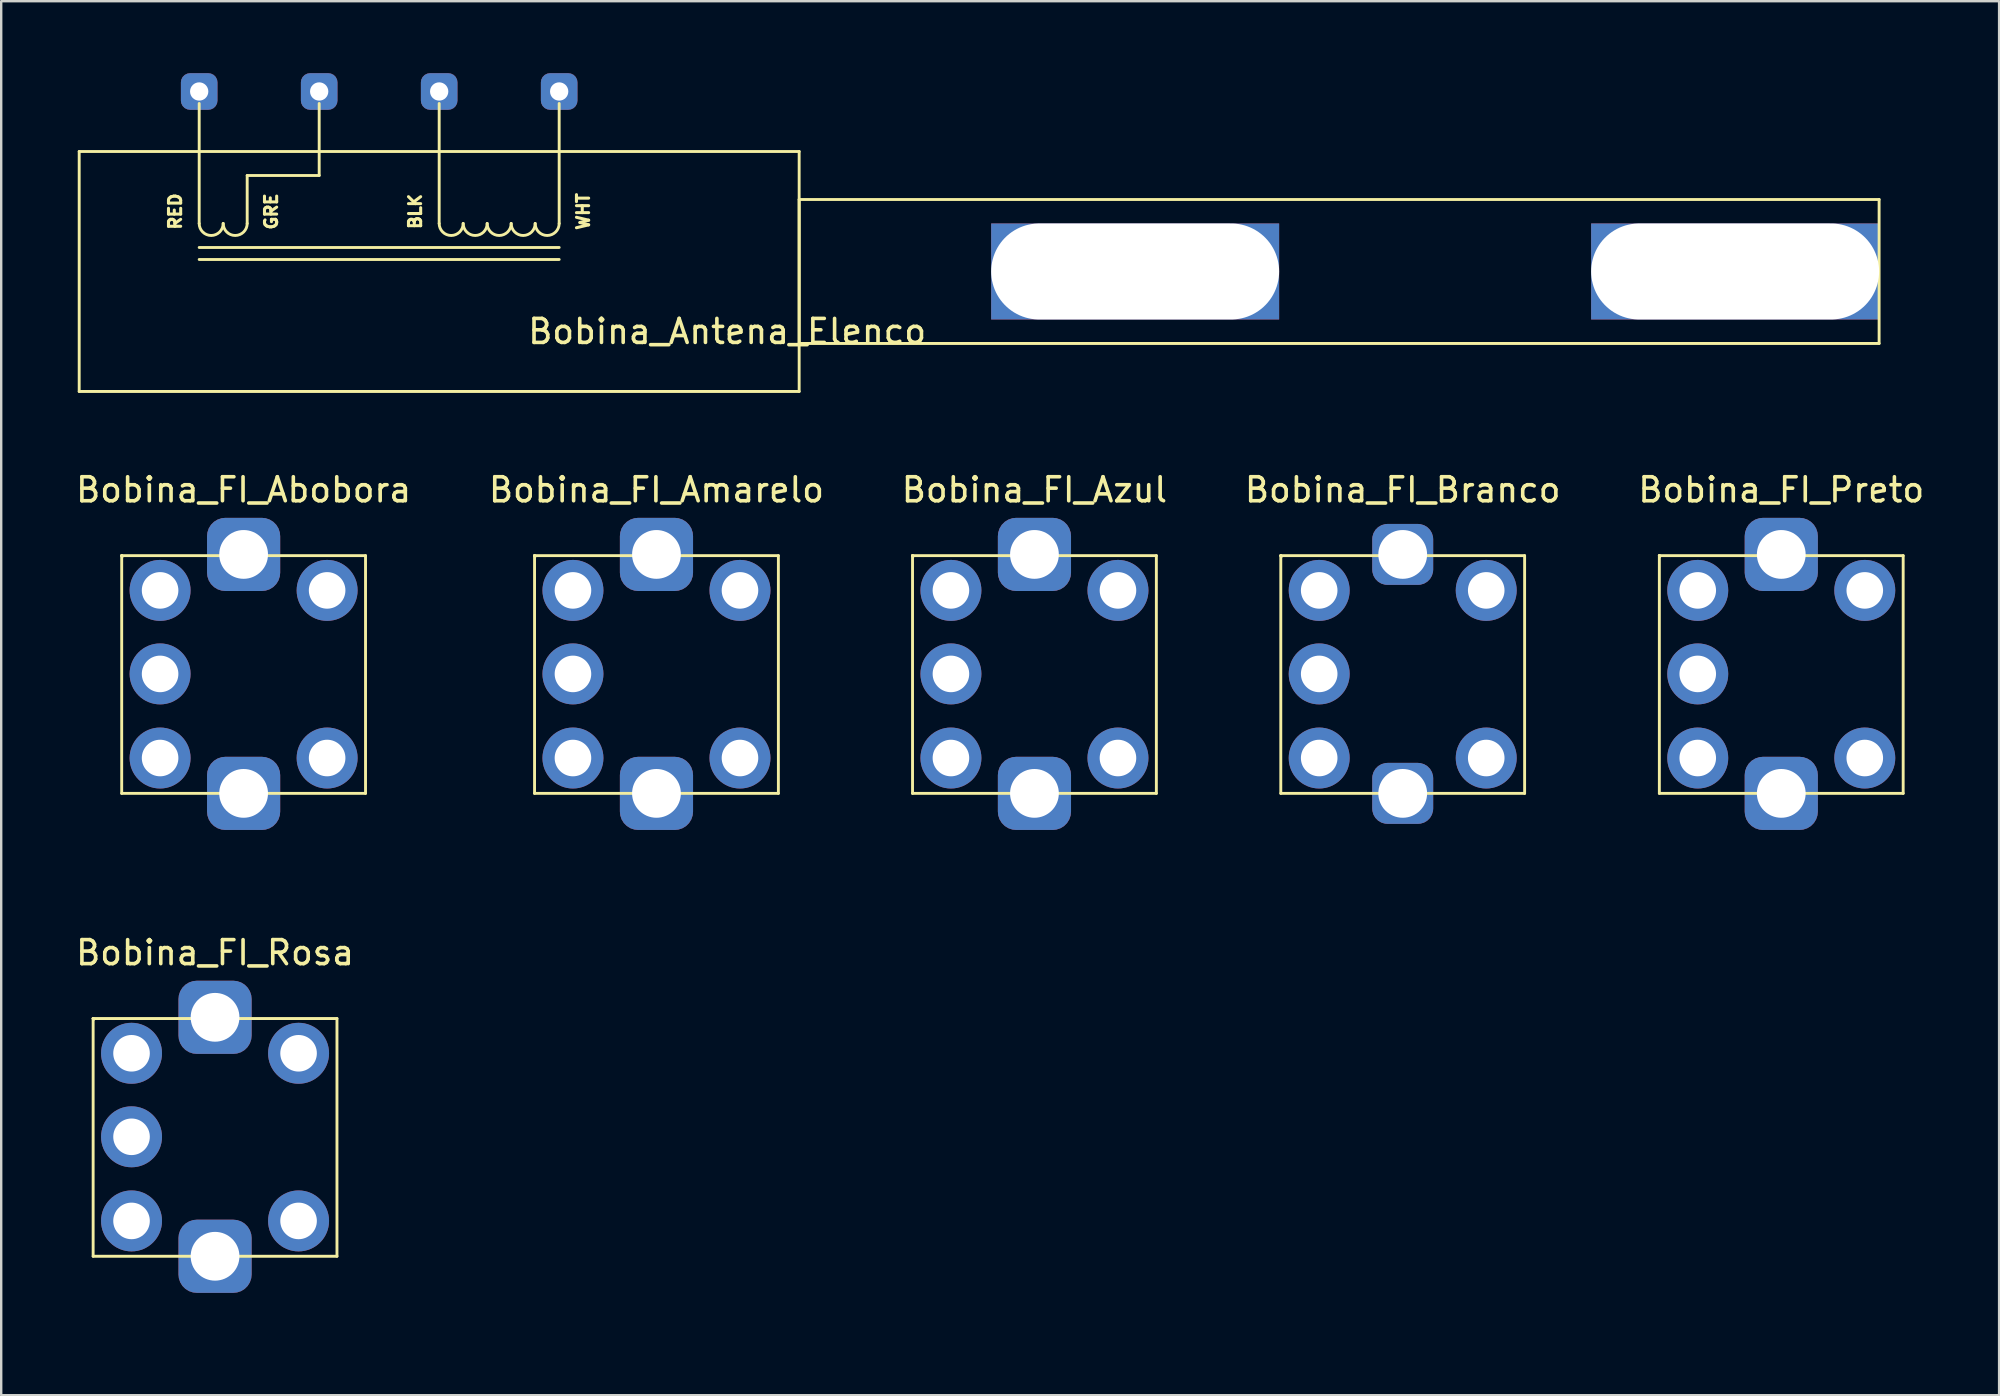
<source format=kicad_pcb>
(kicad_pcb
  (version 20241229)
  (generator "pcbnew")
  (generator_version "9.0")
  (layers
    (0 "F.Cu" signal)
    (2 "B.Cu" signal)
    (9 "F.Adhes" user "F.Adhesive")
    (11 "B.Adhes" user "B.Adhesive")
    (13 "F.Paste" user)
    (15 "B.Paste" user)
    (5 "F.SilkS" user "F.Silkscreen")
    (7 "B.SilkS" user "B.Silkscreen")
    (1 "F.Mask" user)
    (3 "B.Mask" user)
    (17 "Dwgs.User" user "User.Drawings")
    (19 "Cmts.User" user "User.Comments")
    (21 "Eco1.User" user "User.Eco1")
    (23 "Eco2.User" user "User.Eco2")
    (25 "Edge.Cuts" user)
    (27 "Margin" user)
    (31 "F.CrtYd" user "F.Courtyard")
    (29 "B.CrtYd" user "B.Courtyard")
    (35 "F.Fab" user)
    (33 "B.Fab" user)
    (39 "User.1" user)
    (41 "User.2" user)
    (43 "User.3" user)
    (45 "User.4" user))
  (footprint "Bobina_FI_Preto"
    (layer "F.Cu")
    (at 71.173 32.549)
    (property "Reference" "Bobina_FI_Preto" (at 0 -15.189 0) (layer "F.SilkS") (effects (font (size 1 1) (thickness 0.15))))
    (attr through_hole)
    (fp_line (start -5.08 -12.446) (end -5.055 -12.421) (stroke (width 0.12) (type solid)) (layer "F.SilkS"))
    (fp_line (start -5.08 -12.446) (end 5.08 -12.446) (stroke (width 0.12) (type solid)) (layer "F.SilkS"))
    (fp_line (start -5.08 -2.54) (end -5.08 -12.446) (stroke (width 0.12) (type solid)) (layer "F.SilkS"))
    (fp_line (start -5.055 -12.421) (end -5.08 -12.446) (stroke (width 0.12) (type solid)) (layer "F.SilkS"))
    (fp_line (start 5.08 -12.446) (end 5.08 -2.54) (stroke (width 0.12) (type solid)) (layer "F.SilkS"))
    (fp_line (start 5.08 -2.54) (end -5.08 -2.54) (stroke (width 0.12) (type solid)) (layer "F.SilkS"))
    (pad "1" thru_hole circle (at -3.48 -10.998) (size 2.54 2.54) (drill 1.524) (layers "*.Cu" "*.Mask"))
    (pad "2" thru_hole circle (at -3.48 -7.518) (size 2.54 2.54) (drill 1.524) (layers "*.Cu" "*.Mask"))
    (pad "3" thru_hole circle (at -3.48 -4.013) (size 2.54 2.54) (drill 1.524) (layers "*.Cu" "*.Mask"))
    (pad "4" thru_hole circle (at 3.48 -10.998) (size 2.54 2.54) (drill 1.524) (layers "*.Cu" "*.Mask"))
    (pad "6" thru_hole circle (at 3.48 -4.013) (size 2.54 2.54) (drill 1.524) (layers "*.Cu" "*.Mask"))
    (pad "7" thru_hole roundrect (at 0 -12.497) (size 3.048 3.048) (drill 2.032) (layers "*.Cu" "*.Mask") (roundrect_rratio 0.25))
    (pad "8" thru_hole roundrect (at 0 -2.54) (size 3.048 3.048) (drill 2.032) (layers "*.Cu" "*.Mask") (roundrect_rratio 0.25)))
  (footprint "Bobina_FI_Rosa"
    (layer "F.Cu")
    (at 5.911 51.837)
    (property "Reference" "Bobina_FI_Rosa" (at 0 -15.189 0) (layer "F.SilkS") (effects (font (size 1 1) (thickness 0.15))))
    (attr through_hole)
    (fp_line (start -5.08 -12.446) (end -5.055 -12.421) (stroke (width 0.12) (type solid)) (layer "F.SilkS"))
    (fp_line (start -5.08 -12.446) (end 5.08 -12.446) (stroke (width 0.12) (type solid)) (layer "F.SilkS"))
    (fp_line (start -5.08 -2.54) (end -5.08 -12.446) (stroke (width 0.12) (type solid)) (layer "F.SilkS"))
    (fp_line (start -5.055 -12.421) (end -5.08 -12.446) (stroke (width 0.12) (type solid)) (layer "F.SilkS"))
    (fp_line (start 5.08 -12.446) (end 5.08 -2.54) (stroke (width 0.12) (type solid)) (layer "F.SilkS"))
    (fp_line (start 5.08 -2.54) (end -5.08 -2.54) (stroke (width 0.12) (type solid)) (layer "F.SilkS"))
    (pad "1" thru_hole circle (at -3.48 -10.998) (size 2.54 2.54) (drill 1.524) (layers "*.Cu" "*.Mask"))
    (pad "2" thru_hole circle (at -3.48 -7.518) (size 2.54 2.54) (drill 1.524) (layers "*.Cu" "*.Mask"))
    (pad "3" thru_hole circle (at -3.48 -4.013) (size 2.54 2.54) (drill 1.524) (layers "*.Cu" "*.Mask"))
    (pad "4" thru_hole circle (at 3.48 -10.998) (size 2.54 2.54) (drill 1.524) (layers "*.Cu" "*.Mask"))
    (pad "6" thru_hole circle (at 3.48 -4.013) (size 2.54 2.54) (drill 1.524) (layers "*.Cu" "*.Mask"))
    (pad "7" thru_hole roundrect (at 0 -12.497) (size 3.048 3.048) (drill 2.032) (layers "*.Cu" "*.Mask") (roundrect_rratio 0.25))
    (pad "8" thru_hole roundrect (at 0 -2.54) (size 3.048 3.048) (drill 2.032) (layers "*.Cu" "*.Mask") (roundrect_rratio 0.25)))
  (footprint "Bobina_FI_Abobora"
    (layer "F.Cu")
    (at 7.101 32.549)
    (property "Reference" "Bobina_FI_Abobora" (at 0 -15.189 0) (layer "F.SilkS") (effects (font (size 1 1) (thickness 0.15))))
    (attr through_hole)
    (fp_line (start -5.08 -12.446) (end -5.055 -12.421) (stroke (width 0.12) (type solid)) (layer "F.SilkS"))
    (fp_line (start -5.08 -12.446) (end 5.08 -12.446) (stroke (width 0.12) (type solid)) (layer "F.SilkS"))
    (fp_line (start -5.08 -2.54) (end -5.08 -12.446) (stroke (width 0.12) (type solid)) (layer "F.SilkS"))
    (fp_line (start -5.055 -12.421) (end -5.08 -12.446) (stroke (width 0.12) (type solid)) (layer "F.SilkS"))
    (fp_line (start 5.08 -12.446) (end 5.08 -2.54) (stroke (width 0.12) (type solid)) (layer "F.SilkS"))
    (fp_line (start 5.08 -2.54) (end -5.08 -2.54) (stroke (width 0.12) (type solid)) (layer "F.SilkS"))
    (pad "1" thru_hole circle (at -3.48 -10.998) (size 2.54 2.54) (drill 1.524) (layers "*.Cu" "*.Mask"))
    (pad "2" thru_hole circle (at -3.48 -7.518) (size 2.54 2.54) (drill 1.524) (layers "*.Cu" "*.Mask"))
    (pad "3" thru_hole circle (at -3.48 -4.013) (size 2.54 2.54) (drill 1.524) (layers "*.Cu" "*.Mask"))
    (pad "4" thru_hole circle (at 3.48 -10.998) (size 2.54 2.54) (drill 1.524) (layers "*.Cu" "*.Mask"))
    (pad "6" thru_hole circle (at 3.48 -4.013) (size 2.54 2.54) (drill 1.524) (layers "*.Cu" "*.Mask"))
    (pad "7" thru_hole roundrect (at 0 -12.497) (size 3.048 3.048) (drill 2.032) (layers "*.Cu" "*.Mask") (roundrect_rratio 0.25))
    (pad "8" thru_hole roundrect (at 0 -2.54) (size 3.048 3.048) (drill 2.032) (layers "*.Cu" "*.Mask") (roundrect_rratio 0.25)))
  (footprint "Bobina_FI_Azul"
    (layer "F.Cu")
    (at 40.054 32.549)
    (property "Reference" "Bobina_FI_Azul" (at 0 -15.189 0) (layer "F.SilkS") (effects (font (size 1 1) (thickness 0.15))))
    (attr through_hole)
    (fp_line (start -5.08 -12.446) (end -5.055 -12.421) (stroke (width 0.12) (type solid)) (layer "F.SilkS"))
    (fp_line (start -5.08 -12.446) (end 5.08 -12.446) (stroke (width 0.12) (type solid)) (layer "F.SilkS"))
    (fp_line (start -5.08 -2.54) (end -5.08 -12.446) (stroke (width 0.12) (type solid)) (layer "F.SilkS"))
    (fp_line (start -5.055 -12.421) (end -5.08 -12.446) (stroke (width 0.12) (type solid)) (layer "F.SilkS"))
    (fp_line (start 5.08 -12.446) (end 5.08 -2.54) (stroke (width 0.12) (type solid)) (layer "F.SilkS"))
    (fp_line (start 5.08 -2.54) (end -5.08 -2.54) (stroke (width 0.12) (type solid)) (layer "F.SilkS"))
    (pad "1" thru_hole circle (at -3.48 -10.998) (size 2.54 2.54) (drill 1.524) (layers "*.Cu" "*.Mask"))
    (pad "2" thru_hole circle (at -3.48 -7.518) (size 2.54 2.54) (drill 1.524) (layers "*.Cu" "*.Mask"))
    (pad "3" thru_hole circle (at -3.48 -4.013) (size 2.54 2.54) (drill 1.524) (layers "*.Cu" "*.Mask"))
    (pad "4" thru_hole circle (at 3.48 -10.998) (size 2.54 2.54) (drill 1.524) (layers "*.Cu" "*.Mask"))
    (pad "6" thru_hole circle (at 3.48 -4.013) (size 2.54 2.54) (drill 1.524) (layers "*.Cu" "*.Mask"))
    (pad "7" thru_hole roundrect (at 0 -12.497) (size 3.048 3.048) (drill 2.032) (layers "*.Cu" "*.Mask") (roundrect_rratio 0.25))
    (pad "8" thru_hole roundrect (at 0 -2.54) (size 3.048 3.048) (drill 2.032) (layers "*.Cu" "*.Mask") (roundrect_rratio 0.25)))
  (footprint "Bobina_FI_Amarelo"
    (layer "F.Cu")
    (at 24.304 32.549)
    (property "Reference" "Bobina_FI_Amarelo" (at 0 -15.189 0) (layer "F.SilkS") (effects (font (size 1 1) (thickness 0.15))))
    (attr through_hole)
    (fp_line (start -5.08 -12.446) (end -5.055 -12.421) (stroke (width 0.12) (type solid)) (layer "F.SilkS"))
    (fp_line (start -5.08 -12.446) (end 5.08 -12.446) (stroke (width 0.12) (type solid)) (layer "F.SilkS"))
    (fp_line (start -5.08 -2.54) (end -5.08 -12.446) (stroke (width 0.12) (type solid)) (layer "F.SilkS"))
    (fp_line (start -5.055 -12.421) (end -5.08 -12.446) (stroke (width 0.12) (type solid)) (layer "F.SilkS"))
    (fp_line (start 5.08 -12.446) (end 5.08 -2.54) (stroke (width 0.12) (type solid)) (layer "F.SilkS"))
    (fp_line (start 5.08 -2.54) (end -5.08 -2.54) (stroke (width 0.12) (type solid)) (layer "F.SilkS"))
    (pad "1" thru_hole circle (at -3.48 -10.998) (size 2.54 2.54) (drill 1.524) (layers "*.Cu" "*.Mask"))
    (pad "2" thru_hole circle (at -3.48 -7.518) (size 2.54 2.54) (drill 1.524) (layers "*.Cu" "*.Mask"))
    (pad "3" thru_hole circle (at -3.48 -4.013) (size 2.54 2.54) (drill 1.524) (layers "*.Cu" "*.Mask"))
    (pad "4" thru_hole circle (at 3.48 -10.998) (size 2.54 2.54) (drill 1.524) (layers "*.Cu" "*.Mask"))
    (pad "6" thru_hole circle (at 3.48 -4.013) (size 2.54 2.54) (drill 1.524) (layers "*.Cu" "*.Mask"))
    (pad "7" thru_hole roundrect (at 0 -12.497) (size 3.048 3.048) (drill 2.032) (layers "*.Cu" "*.Mask") (roundrect_rratio 0.25))
    (pad "8" thru_hole roundrect (at 0 -2.54) (size 3.048 3.048) (drill 2.032) (layers "*.Cu" "*.Mask") (roundrect_rratio 0.25)))
  (footprint "Bobina_Antena_Elenco"
    (layer "F.Cu")
    (at 0.25 13.262)
    (property "Reference" "Bobina_Antena_Elenco" (at 27 -2.5 0) (layer "F.SilkS") (effects (font (size 1 1) (thickness 0.15))))
    (attr through_hole)
    (fp_line (start 0 -10) (end 0 0) (stroke (width 0.12) (type solid)) (layer "F.SilkS"))
    (fp_line (start 0 0) (end 30 0) (stroke (width 0.12) (type solid)) (layer "F.SilkS"))
    (fp_line (start 5 -12) (end 5 -7) (stroke (width 0.12) (type solid)) (layer "F.SilkS"))
    (fp_line (start 5 -6) (end 20 -6) (stroke (width 0.12) (type solid)) (layer "F.SilkS"))
    (fp_line (start 7 -9) (end 7 -7) (stroke (width 0.12) (type solid)) (layer "F.SilkS"))
    (fp_line (start 7 -9) (end 10 -9) (stroke (width 0.12) (type solid)) (layer "F.SilkS"))
    (fp_line (start 10 -9) (end 10 -12) (stroke (width 0.12) (type solid)) (layer "F.SilkS"))
    (fp_line (start 15 -12) (end 15 -7) (stroke (width 0.12) (type solid)) (layer "F.SilkS"))
    (fp_line (start 20 -12) (end 20 -7) (stroke (width 0.12) (type solid)) (layer "F.SilkS"))
    (fp_line (start 20 -5.5) (end 5 -5.5) (stroke (width 0.12) (type solid)) (layer "F.SilkS"))
    (fp_line (start 30 -10) (end 0 -10) (stroke (width 0.12) (type solid)) (layer "F.SilkS"))
    (fp_line (start 30 -8) (end 75 -8) (stroke (width 0.12) (type solid)) (layer "F.SilkS"))
    (fp_line (start 30 -2) (end 30 -8) (stroke (width 0.12) (type solid)) (layer "F.SilkS"))
    (fp_line (start 30 0) (end 30 -10) (stroke (width 0.12) (type solid)) (layer "F.SilkS"))
    (fp_line (start 75 -8) (end 75 -2) (stroke (width 0.12) (type solid)) (layer "F.SilkS"))
    (fp_line (start 75 -2) (end 30 -2) (stroke (width 0.12) (type solid)) (layer "F.SilkS"))
    (fp_arc (start 6 -7) (mid 5.5 -6.5) (end 5 -7) (stroke (width 0.12) (type solid)) (layer "F.SilkS"))
    (fp_arc (start 7 -7) (mid 6.5 -6.5) (end 6 -7) (stroke (width 0.12) (type solid)) (layer "F.SilkS"))
    (fp_arc (start 16 -7) (mid 15.5 -6.5) (end 15 -7) (stroke (width 0.12) (type solid)) (layer "F.SilkS"))
    (fp_arc (start 17 -7) (mid 16.5 -6.5) (end 16 -7) (stroke (width 0.12) (type solid)) (layer "F.SilkS"))
    (fp_arc (start 18 -7) (mid 17.5 -6.5) (end 17 -7) (stroke (width 0.12) (type solid)) (layer "F.SilkS"))
    (fp_arc (start 19 -7) (mid 18.5 -6.5) (end 18 -7) (stroke (width 0.12) (type solid)) (layer "F.SilkS"))
    (fp_arc (start 20 -7) (mid 19.5 -6.5) (end 19 -7) (stroke (width 0.12) (type solid)) (layer "F.SilkS"))
    (fp_text user "RED" (at 4 -7.5 90) (layer "F.SilkS") (effects (font (size 0.508 0.508) (thickness 0.127))))
    (fp_text user "BLK" (at 14 -7.5 90) (layer "F.SilkS") (effects (font (size 0.508 0.508) (thickness 0.127))))
    (fp_text user "GRE" (at 8 -7.5 90) (layer "F.SilkS") (effects (font (size 0.508 0.508) (thickness 0.127))))
    (fp_text user "WHT" (at 21 -7.5 90) (layer "F.SilkS") (effects (font (size 0.508 0.508) (thickness 0.127))))
    (pad "" np_thru_hole rect (at 44 -5) (size 12 4) (drill oval 12 4) (layers "*.Cu" "*.Mask"))
    (pad "" np_thru_hole rect (at 69 -5) (size 12 4) (drill oval 12 4) (layers "*.Cu" "*.Mask"))
    (pad "1" thru_hole roundrect (at 5 -12.5) (size 1.524 1.524) (drill 0.762) (layers "*.Cu" "*.Mask") (roundrect_rratio 0.25))
    (pad "2" thru_hole roundrect (at 10 -12.5) (size 1.524 1.524) (drill 0.762) (layers "*.Cu" "*.Mask") (roundrect_rratio 0.25))
    (pad "3" thru_hole roundrect (at 15 -12.5) (size 1.524 1.524) (drill 0.762) (layers "*.Cu" "*.Mask") (roundrect_rratio 0.25))
    (pad "4" thru_hole roundrect (at 20 -12.5) (size 1.524 1.524) (drill 0.762) (layers "*.Cu" "*.Mask") (roundrect_rratio 0.25)))
  (footprint "Bobina_FI_Branco"
    (layer "F.Cu")
    (at 55.399 32.549)
    (property "Reference" "Bobina_FI_Branco" (at 0 -15.189 0) (layer "F.SilkS") (effects (font (size 1 1) (thickness 0.15))))
    (attr through_hole)
    (fp_line (start -5.08 -12.446) (end -5.055 -12.421) (stroke (width 0.12) (type solid)) (layer "F.SilkS"))
    (fp_line (start -5.08 -12.446) (end 5.08 -12.446) (stroke (width 0.12) (type solid)) (layer "F.SilkS"))
    (fp_line (start -5.08 -2.54) (end -5.08 -12.446) (stroke (width 0.12) (type solid)) (layer "F.SilkS"))
    (fp_line (start -5.055 -12.421) (end -5.08 -12.446) (stroke (width 0.12) (type solid)) (layer "F.SilkS"))
    (fp_line (start 5.08 -12.446) (end 5.08 -2.54) (stroke (width 0.12) (type solid)) (layer "F.SilkS"))
    (fp_line (start 5.08 -2.54) (end -5.08 -2.54) (stroke (width 0.12) (type solid)) (layer "F.SilkS"))
    (pad "" np_thru_hole roundrect (at 0 -12.497) (size 2.54 2.54) (drill 2.032) (layers "*.Cu" "*.Mask") (roundrect_rratio 0.25))
    (pad "" np_thru_hole roundrect (at 0 -2.54) (size 2.54 2.54) (drill 2.032) (layers "*.Cu" "*.Mask") (roundrect_rratio 0.25))
    (pad "1" thru_hole circle (at -3.48 -10.998) (size 2.54 2.54) (drill 1.524) (layers "*.Cu" "*.Mask"))
    (pad "2" thru_hole circle (at -3.48 -7.518) (size 2.54 2.54) (drill 1.524) (layers "*.Cu" "*.Mask"))
    (pad "3" thru_hole circle (at -3.48 -4.013) (size 2.54 2.54) (drill 1.524) (layers "*.Cu" "*.Mask"))
    (pad "4" thru_hole circle (at 3.48 -10.998) (size 2.54 2.54) (drill 1.524) (layers "*.Cu" "*.Mask"))
    (pad "6" thru_hole circle (at 3.48 -4.013) (size 2.54 2.54) (drill 1.524) (layers "*.Cu" "*.Mask")))
  (gr_rect
    (start -3 -3)
    (end 80.25 55.087)
    (stroke (width 0.1) (type default))
    (fill no)
    (layer "Edge.Cuts")))
</source>
